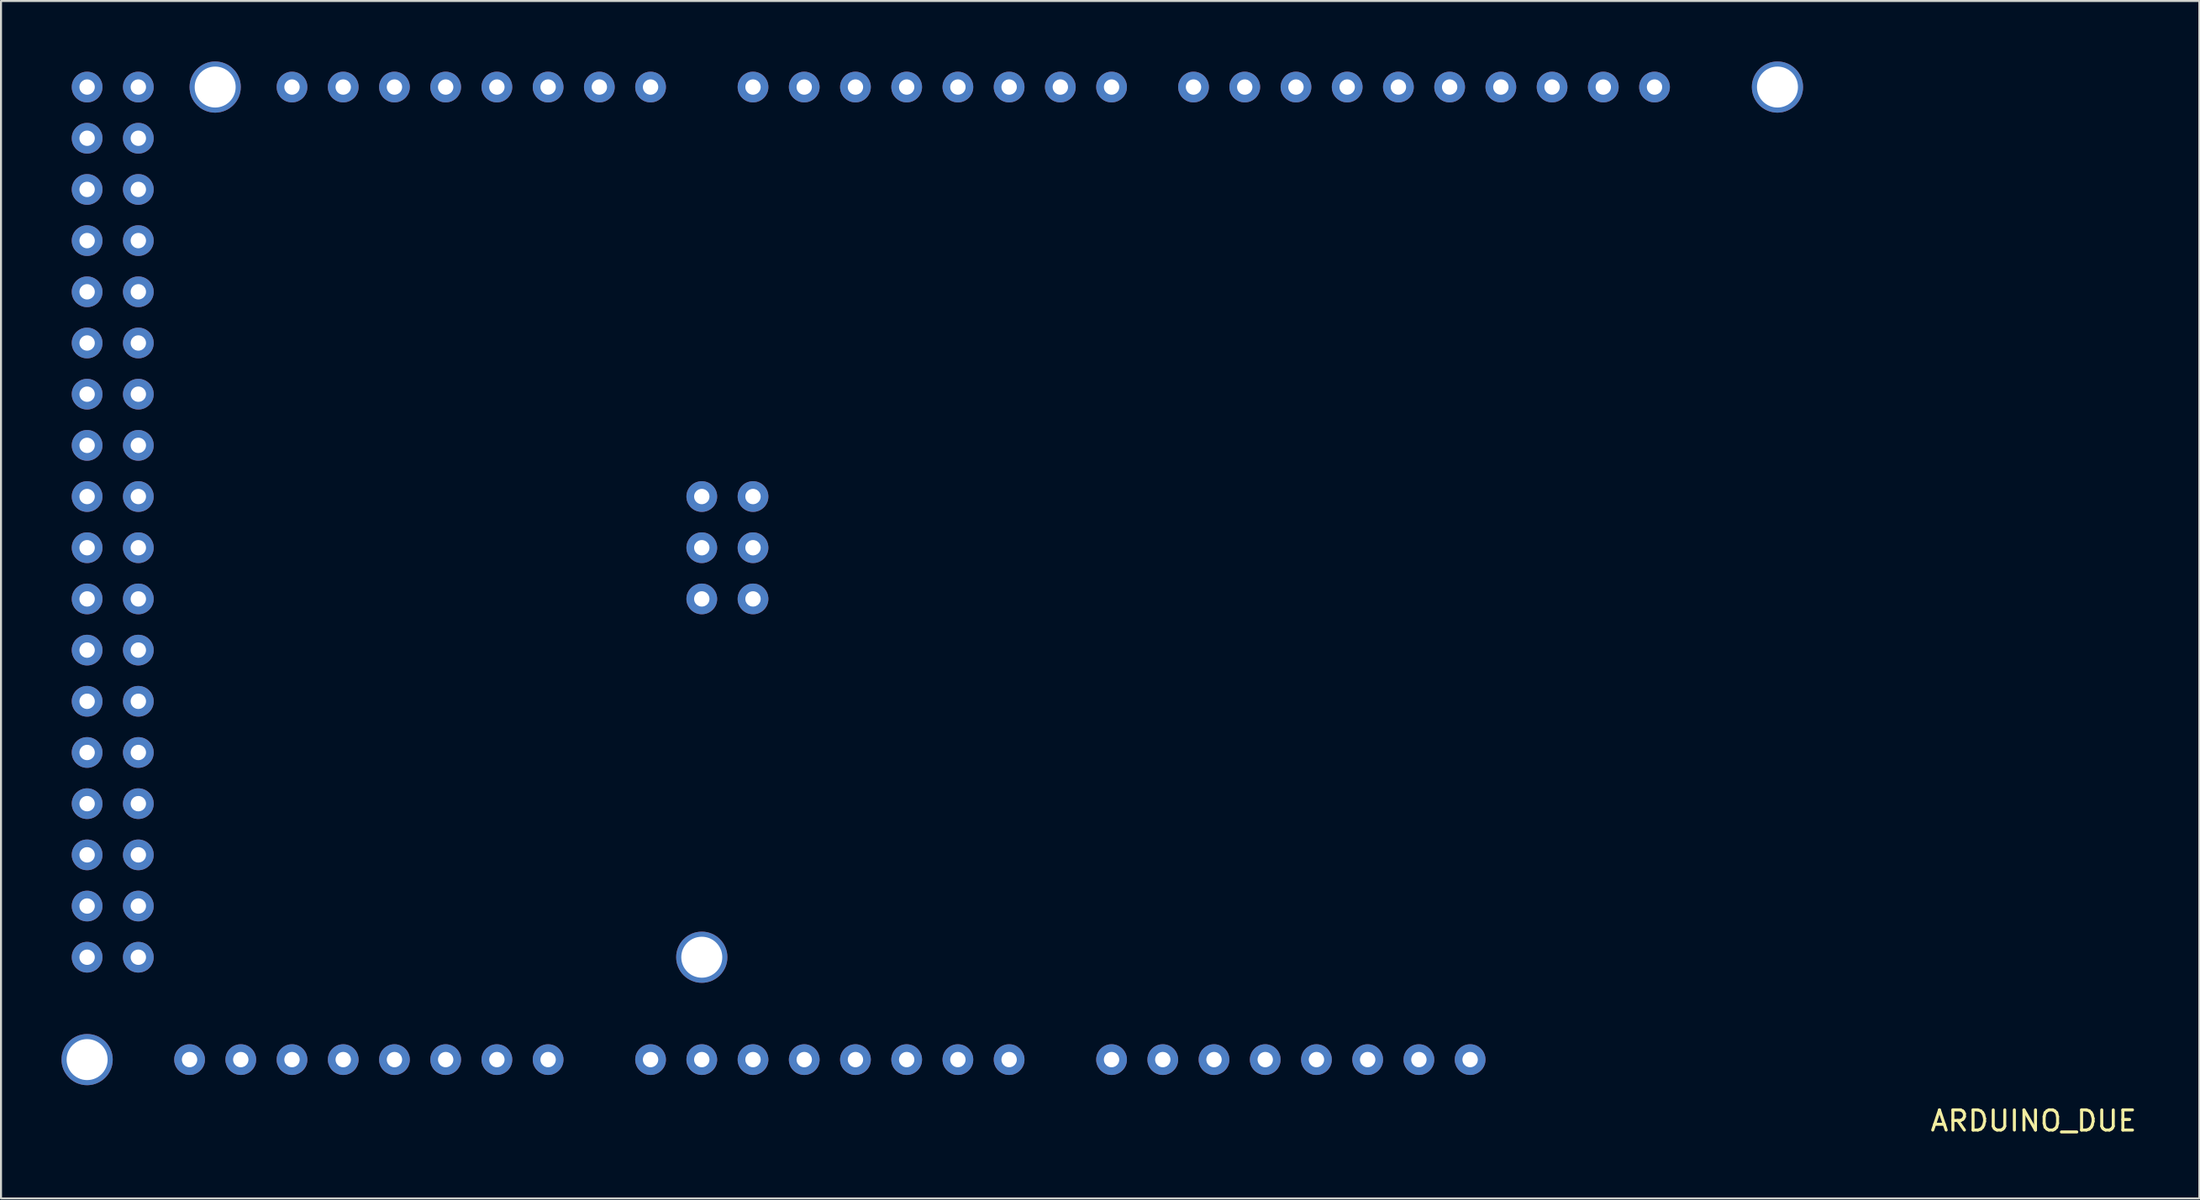
<source format=kicad_pcb>
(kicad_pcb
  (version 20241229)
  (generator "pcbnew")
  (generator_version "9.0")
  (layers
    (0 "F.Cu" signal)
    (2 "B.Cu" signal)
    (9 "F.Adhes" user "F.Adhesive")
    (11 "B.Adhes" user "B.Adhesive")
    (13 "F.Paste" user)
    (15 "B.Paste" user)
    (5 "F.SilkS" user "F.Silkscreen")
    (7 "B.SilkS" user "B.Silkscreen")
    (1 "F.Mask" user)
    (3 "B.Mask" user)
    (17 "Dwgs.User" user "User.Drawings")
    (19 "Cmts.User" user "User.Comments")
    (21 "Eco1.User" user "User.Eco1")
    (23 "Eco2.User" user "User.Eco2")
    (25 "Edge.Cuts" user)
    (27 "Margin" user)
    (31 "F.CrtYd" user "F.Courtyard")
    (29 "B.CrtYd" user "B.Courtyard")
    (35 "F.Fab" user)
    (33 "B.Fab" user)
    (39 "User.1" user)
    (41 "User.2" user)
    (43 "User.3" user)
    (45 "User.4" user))
  (footprint "ARDUINO_DUE"
    (layer "F.Cu")
    (at 97.79 52.07)
    (property "Reference" "ARDUINO_DUE" (at 0 0.5 0) (layer "F.SilkS") (effects (font (size 1 1) (thickness 0.15))))
    (attr through_hole)
    (pad "1" thru_hole circle (at -27.94 -2.54) (size 1.524 1.524) (drill 0.762) (layers "*.Cu" "*.Mask"))
    (pad "2" thru_hole circle (at -30.48 -2.54) (size 1.524 1.524) (drill 0.762) (layers "*.Cu" "*.Mask"))
    (pad "3" thru_hole circle (at -33.02 -2.54) (size 1.524 1.524) (drill 0.762) (layers "*.Cu" "*.Mask"))
    (pad "4" thru_hole circle (at -35.56 -2.54) (size 1.524 1.524) (drill 0.762) (layers "*.Cu" "*.Mask"))
    (pad "5" thru_hole circle (at -38.1 -2.54) (size 1.524 1.524) (drill 0.762) (layers "*.Cu" "*.Mask"))
    (pad "6" thru_hole circle (at -40.64 -2.54) (size 1.524 1.524) (drill 0.762) (layers "*.Cu" "*.Mask"))
    (pad "7" thru_hole circle (at -43.18 -2.54) (size 1.524 1.524) (drill 0.762) (layers "*.Cu" "*.Mask"))
    (pad "8" thru_hole circle (at -45.72 -2.54) (size 1.524 1.524) (drill 0.762) (layers "*.Cu" "*.Mask"))
    (pad "9" thru_hole circle (at -50.8 -2.54) (size 1.524 1.524) (drill 0.762) (layers "*.Cu" "*.Mask"))
    (pad "10" thru_hole circle (at -53.34 -2.54) (size 1.524 1.524) (drill 0.762) (layers "*.Cu" "*.Mask"))
    (pad "11" thru_hole circle (at -55.88 -2.54) (size 1.524 1.524) (drill 0.762) (layers "*.Cu" "*.Mask"))
    (pad "12" thru_hole circle (at -58.42 -2.54) (size 1.524 1.524) (drill 0.762) (layers "*.Cu" "*.Mask"))
    (pad "13" thru_hole circle (at -60.96 -2.54) (size 1.524 1.524) (drill 0.762) (layers "*.Cu" "*.Mask"))
    (pad "14" thru_hole circle (at -63.5 -2.54) (size 1.524 1.524) (drill 0.762) (layers "*.Cu" "*.Mask"))
    (pad "15" thru_hole circle (at -66.04 -2.54) (size 1.524 1.524) (drill 0.762) (layers "*.Cu" "*.Mask"))
    (pad "16" thru_hole circle (at -68.58 -2.54) (size 1.524 1.524) (drill 0.762) (layers "*.Cu" "*.Mask"))
    (pad "17" thru_hole circle (at -73.66 -2.54) (size 1.524 1.524) (drill 0.762) (layers "*.Cu" "*.Mask"))
    (pad "18" thru_hole circle (at -76.2 -2.54) (size 1.524 1.524) (drill 0.762) (layers "*.Cu" "*.Mask"))
    (pad "19" thru_hole circle (at -78.74 -2.54) (size 1.524 1.524) (drill 0.762) (layers "*.Cu" "*.Mask"))
    (pad "20" thru_hole circle (at -81.28 -2.54) (size 1.524 1.524) (drill 0.762) (layers "*.Cu" "*.Mask"))
    (pad "21" thru_hole circle (at -83.82 -2.54) (size 1.524 1.524) (drill 0.762) (layers "*.Cu" "*.Mask"))
    (pad "22" thru_hole circle (at -86.36 -2.54) (size 1.524 1.524) (drill 0.762) (layers "*.Cu" "*.Mask"))
    (pad "23" thru_hole circle (at -88.9 -2.54) (size 1.524 1.524) (drill 0.762) (layers "*.Cu" "*.Mask"))
    (pad "24" thru_hole circle (at -91.44 -2.54) (size 1.524 1.524) (drill 0.762) (layers "*.Cu" "*.Mask"))
    (pad "25" thru_hole circle (at -93.98 -7.62) (size 1.524 1.524) (drill 0.762) (layers "*.Cu" "*.Mask"))
    (pad "26" thru_hole circle (at -96.52 -7.62) (size 1.524 1.524) (drill 0.762) (layers "*.Cu" "*.Mask"))
    (pad "27" thru_hole circle (at -93.98 -10.16) (size 1.524 1.524) (drill 0.762) (layers "*.Cu" "*.Mask"))
    (pad "28" thru_hole circle (at -96.52 -10.16) (size 1.524 1.524) (drill 0.762) (layers "*.Cu" "*.Mask"))
    (pad "29" thru_hole circle (at -93.98 -12.7) (size 1.524 1.524) (drill 0.762) (layers "*.Cu" "*.Mask"))
    (pad "30" thru_hole circle (at -96.52 -12.7) (size 1.524 1.524) (drill 0.762) (layers "*.Cu" "*.Mask"))
    (pad "31" thru_hole circle (at -93.98 -15.24) (size 1.524 1.524) (drill 0.762) (layers "*.Cu" "*.Mask"))
    (pad "32" thru_hole circle (at -96.52 -15.24) (size 1.524 1.524) (drill 0.762) (layers "*.Cu" "*.Mask"))
    (pad "33" thru_hole circle (at -93.98 -17.78) (size 1.524 1.524) (drill 0.762) (layers "*.Cu" "*.Mask"))
    (pad "34" thru_hole circle (at -96.52 -17.78) (size 1.524 1.524) (drill 0.762) (layers "*.Cu" "*.Mask"))
    (pad "35" thru_hole circle (at -93.98 -20.32) (size 1.524 1.524) (drill 0.762) (layers "*.Cu" "*.Mask"))
    (pad "36" thru_hole circle (at -96.52 -20.32) (size 1.524 1.524) (drill 0.762) (layers "*.Cu" "*.Mask"))
    (pad "37" thru_hole circle (at -93.98 -22.86) (size 1.524 1.524) (drill 0.762) (layers "*.Cu" "*.Mask"))
    (pad "38" thru_hole circle (at -96.52 -22.86) (size 1.524 1.524) (drill 0.762) (layers "*.Cu" "*.Mask"))
    (pad "39" thru_hole circle (at -93.98 -25.4) (size 1.524 1.524) (drill 0.762) (layers "*.Cu" "*.Mask"))
    (pad "40" thru_hole circle (at -96.52 -25.4) (size 1.524 1.524) (drill 0.762) (layers "*.Cu" "*.Mask"))
    (pad "41" thru_hole circle (at -93.98 -27.94) (size 1.524 1.524) (drill 0.762) (layers "*.Cu" "*.Mask"))
    (pad "42" thru_hole circle (at -96.52 -27.94) (size 1.524 1.524) (drill 0.762) (layers "*.Cu" "*.Mask"))
    (pad "43" thru_hole circle (at -93.98 -30.48) (size 1.524 1.524) (drill 0.762) (layers "*.Cu" "*.Mask"))
    (pad "44" thru_hole circle (at -96.52 -30.48) (size 1.524 1.524) (drill 0.762) (layers "*.Cu" "*.Mask"))
    (pad "45" thru_hole circle (at -93.98 -33.02) (size 1.524 1.524) (drill 0.762) (layers "*.Cu" "*.Mask"))
    (pad "46" thru_hole circle (at -96.52 -33.02) (size 1.524 1.524) (drill 0.762) (layers "*.Cu" "*.Mask"))
    (pad "47" thru_hole circle (at -93.98 -35.56) (size 1.524 1.524) (drill 0.762) (layers "*.Cu" "*.Mask"))
    (pad "48" thru_hole circle (at -96.52 -35.56) (size 1.524 1.524) (drill 0.762) (layers "*.Cu" "*.Mask"))
    (pad "49" thru_hole circle (at -93.98 -38.1) (size 1.524 1.524) (drill 0.762) (layers "*.Cu" "*.Mask"))
    (pad "50" thru_hole circle (at -96.52 -38.1) (size 1.524 1.524) (drill 0.762) (layers "*.Cu" "*.Mask"))
    (pad "51" thru_hole circle (at -93.98 -40.64) (size 1.524 1.524) (drill 0.762) (layers "*.Cu" "*.Mask"))
    (pad "52" thru_hole circle (at -96.52 -40.64) (size 1.524 1.524) (drill 0.762) (layers "*.Cu" "*.Mask"))
    (pad "53" thru_hole circle (at -93.98 -43.18) (size 1.524 1.524) (drill 0.762) (layers "*.Cu" "*.Mask"))
    (pad "54" thru_hole circle (at -96.52 -43.18) (size 1.524 1.524) (drill 0.762) (layers "*.Cu" "*.Mask"))
    (pad "55" thru_hole circle (at -93.98 -45.72) (size 1.524 1.524) (drill 0.762) (layers "*.Cu" "*.Mask"))
    (pad "56" thru_hole circle (at -96.52 -45.72) (size 1.524 1.524) (drill 0.762) (layers "*.Cu" "*.Mask"))
    (pad "57" thru_hole circle (at -93.98 -48.26) (size 1.524 1.524) (drill 0.762) (layers "*.Cu" "*.Mask"))
    (pad "58" thru_hole circle (at -96.52 -48.26) (size 1.524 1.524) (drill 0.762) (layers "*.Cu" "*.Mask"))
    (pad "59" thru_hole circle (at -93.98 -50.8) (size 1.524 1.524) (drill 0.762) (layers "*.Cu" "*.Mask"))
    (pad "60" thru_hole circle (at -96.52 -50.8) (size 1.524 1.524) (drill 0.762) (layers "*.Cu" "*.Mask"))
    (pad "60" thru_hole circle (at -90.17 -50.8) (size 2.54 2.54) (drill 2.032) (layers "*.Cu" "*.Mask"))
    (pad "61" thru_hole circle (at -96.52 -2.54) (size 2.54 2.54) (drill 2.032) (layers "*.Cu" "*.Mask"))
    (pad "61" thru_hole circle (at -86.36 -50.8) (size 1.524 1.524) (drill 0.762) (layers "*.Cu" "*.Mask"))
    (pad "62" thru_hole circle (at -83.82 -50.8) (size 1.524 1.524) (drill 0.762) (layers "*.Cu" "*.Mask"))
    (pad "62" thru_hole circle (at -66.04 -7.62) (size 2.54 2.54) (drill 2.032) (layers "*.Cu" "*.Mask"))
    (pad "63" thru_hole circle (at -81.28 -50.8) (size 1.524 1.524) (drill 0.762) (layers "*.Cu" "*.Mask"))
    (pad "64" thru_hole circle (at -78.74 -50.8) (size 1.524 1.524) (drill 0.762) (layers "*.Cu" "*.Mask"))
    (pad "65" thru_hole circle (at -76.2 -50.8) (size 1.524 1.524) (drill 0.762) (layers "*.Cu" "*.Mask"))
    (pad "66" thru_hole circle (at -73.66 -50.8) (size 1.524 1.524) (drill 0.762) (layers "*.Cu" "*.Mask"))
    (pad "67" thru_hole circle (at -71.12 -50.8) (size 1.524 1.524) (drill 0.762) (layers "*.Cu" "*.Mask"))
    (pad "68" thru_hole circle (at -68.58 -50.8) (size 1.524 1.524) (drill 0.762) (layers "*.Cu" "*.Mask"))
    (pad "69" thru_hole circle (at -63.5 -50.8) (size 1.524 1.524) (drill 0.762) (layers "*.Cu" "*.Mask"))
    (pad "70" thru_hole circle (at -60.96 -50.8) (size 1.524 1.524) (drill 0.762) (layers "*.Cu" "*.Mask"))
    (pad "71" thru_hole circle (at -58.42 -50.8) (size 1.524 1.524) (drill 0.762) (layers "*.Cu" "*.Mask"))
    (pad "72" thru_hole circle (at -55.88 -50.8) (size 1.524 1.524) (drill 0.762) (layers "*.Cu" "*.Mask"))
    (pad "73" thru_hole circle (at -53.34 -50.8) (size 1.524 1.524) (drill 0.762) (layers "*.Cu" "*.Mask"))
    (pad "74" thru_hole circle (at -50.8 -50.8) (size 1.524 1.524) (drill 0.762) (layers "*.Cu" "*.Mask"))
    (pad "75" thru_hole circle (at -48.26 -50.8) (size 1.524 1.524) (drill 0.762) (layers "*.Cu" "*.Mask"))
    (pad "76" thru_hole circle (at -45.72 -50.8) (size 1.524 1.524) (drill 0.762) (layers "*.Cu" "*.Mask"))
    (pad "77" thru_hole circle (at -41.656 -50.8) (size 1.524 1.524) (drill 0.762) (layers "*.Cu" "*.Mask"))
    (pad "78" thru_hole circle (at -39.116 -50.8) (size 1.524 1.524) (drill 0.762) (layers "*.Cu" "*.Mask"))
    (pad "79" thru_hole circle (at -36.576 -50.8) (size 1.524 1.524) (drill 0.762) (layers "*.Cu" "*.Mask"))
    (pad "80" thru_hole circle (at -34.036 -50.8) (size 1.524 1.524) (drill 0.762) (layers "*.Cu" "*.Mask"))
    (pad "81" thru_hole circle (at -31.496 -50.8) (size 1.524 1.524) (drill 0.762) (layers "*.Cu" "*.Mask"))
    (pad "82" thru_hole circle (at -28.956 -50.8) (size 1.524 1.524) (drill 0.762) (layers "*.Cu" "*.Mask"))
    (pad "83" thru_hole circle (at -26.416 -50.8) (size 1.524 1.524) (drill 0.762) (layers "*.Cu" "*.Mask"))
    (pad "84" thru_hole circle (at -23.876 -50.8) (size 1.524 1.524) (drill 0.762) (layers "*.Cu" "*.Mask"))
    (pad "85" thru_hole circle (at -21.336 -50.8) (size 1.524 1.524) (drill 0.762) (layers "*.Cu" "*.Mask"))
    (pad "86" thru_hole circle (at -18.796 -50.8) (size 1.524 1.524) (drill 0.762) (layers "*.Cu" "*.Mask"))
    (pad "87" thru_hole circle (at -63.5 -30.48) (size 1.524 1.524) (drill 0.762) (layers "*.Cu" "*.Mask"))
    (pad "87" thru_hole circle (at -12.7 -50.8) (size 2.54 2.54) (drill 2.032) (layers "*.Cu" "*.Mask"))
    (pad "88" thru_hole circle (at -63.5 -27.94) (size 1.524 1.524) (drill 0.762) (layers "*.Cu" "*.Mask"))
    (pad "89" thru_hole circle (at -63.5 -25.4) (size 1.524 1.524) (drill 0.762) (layers "*.Cu" "*.Mask"))
    (pad "90" thru_hole circle (at -66.04 -25.4) (size 1.524 1.524) (drill 0.762) (layers "*.Cu" "*.Mask"))
    (pad "91" thru_hole circle (at -66.04 -27.94) (size 1.524 1.524) (drill 0.762) (layers "*.Cu" "*.Mask"))
    (pad "92" thru_hole circle (at -66.04 -30.48) (size 1.524 1.524) (drill 0.762) (layers "*.Cu" "*.Mask")))
  (gr_rect
    (start -3 -3)
    (end 106.01 56.418)
    (stroke (width 0.1) (type default))
    (fill no)
    (layer "Edge.Cuts")))
</source>
